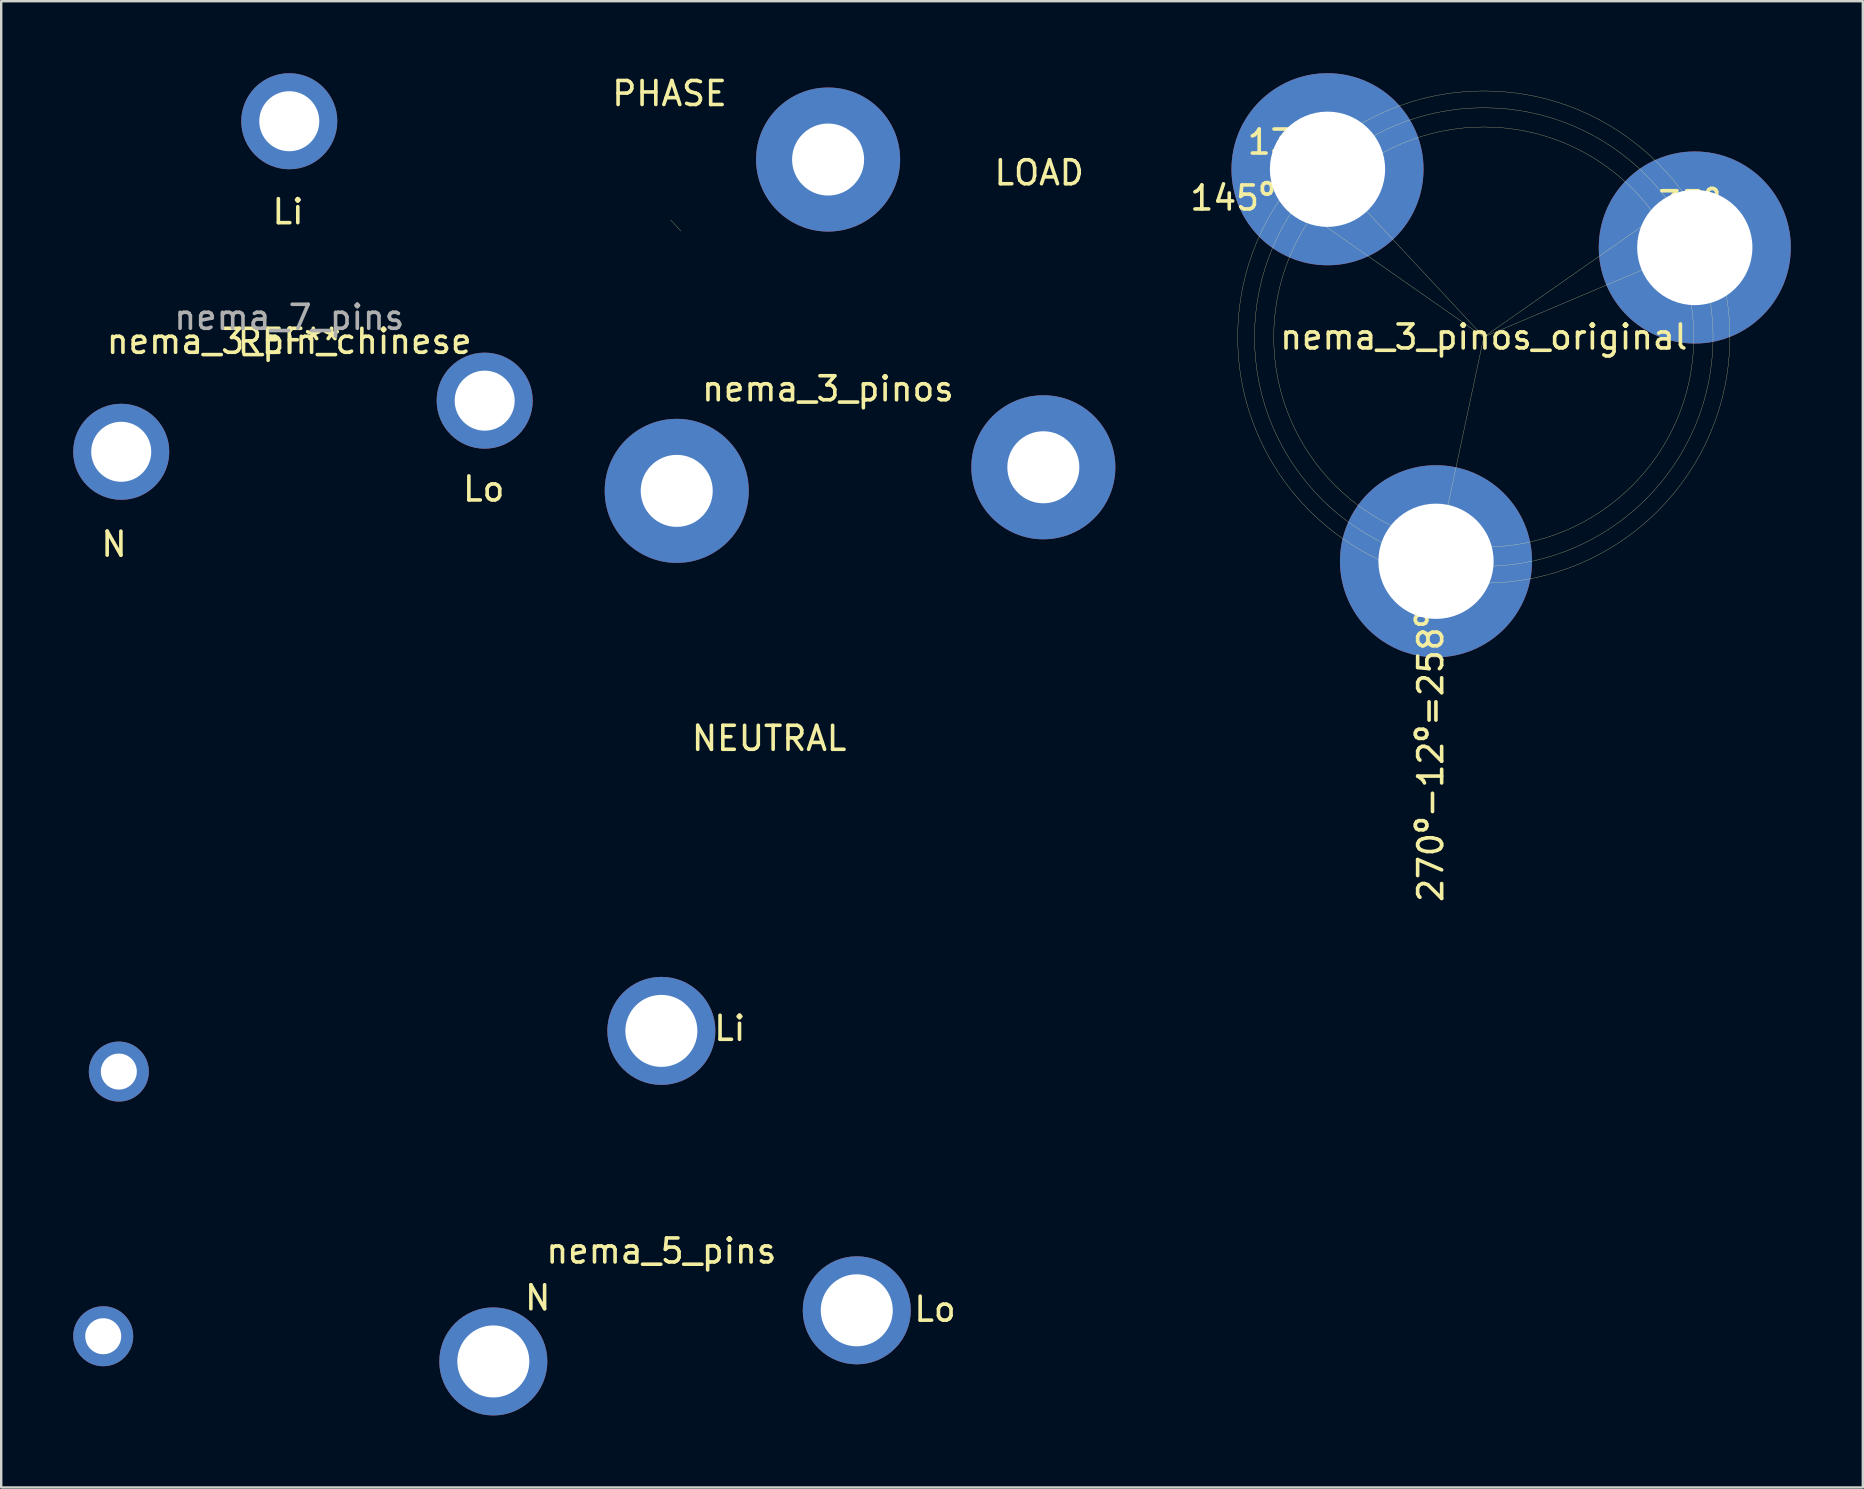
<source format=kicad_pcb>
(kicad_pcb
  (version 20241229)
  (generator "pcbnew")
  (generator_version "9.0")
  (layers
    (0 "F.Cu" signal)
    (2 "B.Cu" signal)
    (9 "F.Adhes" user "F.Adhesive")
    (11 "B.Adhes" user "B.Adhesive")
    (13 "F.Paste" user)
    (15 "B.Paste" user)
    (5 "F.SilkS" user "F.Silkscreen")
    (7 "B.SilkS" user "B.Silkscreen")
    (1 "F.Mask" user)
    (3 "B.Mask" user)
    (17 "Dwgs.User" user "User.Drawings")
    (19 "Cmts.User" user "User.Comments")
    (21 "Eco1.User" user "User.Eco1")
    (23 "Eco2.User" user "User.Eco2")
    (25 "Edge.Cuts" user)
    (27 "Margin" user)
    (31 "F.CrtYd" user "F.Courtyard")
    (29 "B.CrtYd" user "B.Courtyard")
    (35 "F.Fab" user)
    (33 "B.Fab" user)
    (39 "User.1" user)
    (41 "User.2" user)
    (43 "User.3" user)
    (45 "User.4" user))
  (footprint "nema_3_pinos"
    (layer "F.Cu")
    (at 31.44 13.148)
    (property "Reference" "nema_3_pinos" (at 0 0 0) (layer "F.SilkS") (effects (font (size 1 1) (thickness 0.15))))
    (attr through_hole)
    (fp_line (start -6.12 -6.57) (end -6.55 -7.03) (stroke (width 0.01) (type solid)) (layer "F.SilkS"))
    (fp_text user "LOAD" (at 8.8 -9 180) (layer "F.SilkS") (effects (font (size 1 1) (thickness 0.15))))
    (fp_text user "PHASE" (at -6.6 -12.3 180) (layer "F.SilkS") (effects (font (size 1 1) (thickness 0.15))))
    (fp_text user "NEUTRAL" (at -2.45 14.56 180) (layer "F.SilkS") (effects (font (size 1 1) (thickness 0.15))))
    (pad "1" thru_hole circle (at 8.972 3.267 317) (size 6 6) (drill 3) (layers "*.Cu" "*.Mask"))
    (pad "2" thru_hole circle (at -6.3 4.25 317) (size 6 6) (drill 3) (layers "*.Cu" "*.Mask"))
    (pad "3" thru_hole circle (at 0.006 -9.552 317) (size 6 6) (drill 3) (layers "*.Cu" "*.Mask")))
  (footprint "nema_5_pins"
    (layer "F.Cu")
    (at 24.5 48.563)
    (property "Reference" "nema_5_pins" (at 0 0.5 0) (layer "F.SilkS") (effects (font (size 1 1) (thickness 0.15))))
    (attr through_hole)
    (fp_line (start -23.554 4.236) (end -23.362 4.397) (stroke (width 0.2) (type solid)) (layer "Dwgs.User"))
    (fp_line (start -23.554 4.236) (end -23.362 4.397) (stroke (width 0.2) (type solid)) (layer "Dwgs.User"))
    (fp_line (start -23.554 4.236) (end -23.13 3.73) (stroke (width 0.2) (type solid)) (layer "Dwgs.User"))
    (fp_line (start -23.554 4.236) (end -23.13 3.73) (stroke (width 0.2) (type solid)) (layer "Dwgs.User"))
    (fp_line (start -22.938 3.891) (end -23.362 4.397) (stroke (width 0.2) (type solid)) (layer "Dwgs.User"))
    (fp_line (start -22.938 3.891) (end -23.362 4.397) (stroke (width 0.2) (type solid)) (layer "Dwgs.User"))
    (fp_line (start -22.938 3.891) (end -23.13 3.73) (stroke (width 0.2) (type solid)) (layer "Dwgs.User"))
    (fp_line (start -22.938 3.891) (end -23.13 3.73) (stroke (width 0.2) (type solid)) (layer "Dwgs.User"))
    (fp_line (start -22.669 -7.316) (end -22.878 -7.179) (stroke (width 0.2) (type solid)) (layer "Dwgs.User"))
    (fp_line (start -22.669 -7.316) (end -22.878 -7.179) (stroke (width 0.2) (type solid)) (layer "Dwgs.User"))
    (fp_line (start -22.669 -7.316) (end -22.307 -6.763) (stroke (width 0.2) (type solid)) (layer "Dwgs.User"))
    (fp_line (start -22.669 -7.316) (end -22.307 -6.763) (stroke (width 0.2) (type solid)) (layer "Dwgs.User"))
    (fp_line (start -22.517 -6.627) (end -22.878 -7.179) (stroke (width 0.2) (type solid)) (layer "Dwgs.User"))
    (fp_line (start -22.517 -6.627) (end -22.878 -7.179) (stroke (width 0.2) (type solid)) (layer "Dwgs.User"))
    (fp_line (start -22.517 -6.627) (end -22.307 -6.763) (stroke (width 0.2) (type solid)) (layer "Dwgs.User"))
    (fp_line (start -22.517 -6.627) (end -22.307 -6.763) (stroke (width 0.2) (type solid)) (layer "Dwgs.User"))
    (fp_line (start -8.054 4.923) (end -7.172 6.136) (stroke (width 0.2) (type solid)) (layer "Dwgs.User"))
    (fp_line (start -8.054 4.923) (end -7.172 6.136) (stroke (width 0.2) (type solid)) (layer "Dwgs.User"))
    (fp_line (start -8.054 4.923) (end -6.841 4.041) (stroke (width 0.2) (type solid)) (layer "Dwgs.User"))
    (fp_line (start -8.054 4.923) (end -6.841 4.041) (stroke (width 0.2) (type solid)) (layer "Dwgs.User"))
    (fp_line (start -5.959 5.254) (end -7.172 6.136) (stroke (width 0.2) (type solid)) (layer "Dwgs.User"))
    (fp_line (start -5.959 5.254) (end -7.172 6.136) (stroke (width 0.2) (type solid)) (layer "Dwgs.User"))
    (fp_line (start -5.959 5.254) (end -6.841 4.041) (stroke (width 0.2) (type solid)) (layer "Dwgs.User"))
    (fp_line (start -5.959 5.254) (end -6.841 4.041) (stroke (width 0.2) (type solid)) (layer "Dwgs.User"))
    (fp_line (start -0.753 -7.907) (end -0.753 -9.407) (stroke (width 0.2) (type solid)) (layer "Dwgs.User"))
    (fp_line (start -0.753 -7.907) (end -0.753 -9.407) (stroke (width 0.2) (type solid)) (layer "Dwgs.User"))
    (fp_line (start 0.747 -9.407) (end -0.753 -9.407) (stroke (width 0.2) (type solid)) (layer "Dwgs.User"))
    (fp_line (start 0.747 -9.407) (end -0.753 -9.407) (stroke (width 0.2) (type solid)) (layer "Dwgs.User"))
    (fp_line (start 0.747 -9.407) (end 0.747 -7.907) (stroke (width 0.2) (type solid)) (layer "Dwgs.User"))
    (fp_line (start 0.747 -9.407) (end 0.747 -7.907) (stroke (width 0.2) (type solid)) (layer "Dwgs.User"))
    (fp_line (start 0.747 -7.907) (end -0.753 -7.907) (stroke (width 0.2) (type solid)) (layer "Dwgs.User"))
    (fp_line (start 0.747 -7.907) (end -0.753 -7.907) (stroke (width 0.2) (type solid)) (layer "Dwgs.User"))
    (fp_line (start 7.171 3.409) (end 7.684 2) (stroke (width 0.2) (type solid)) (layer "Dwgs.User"))
    (fp_line (start 7.171 3.409) (end 7.684 2) (stroke (width 0.2) (type solid)) (layer "Dwgs.User"))
    (fp_line (start 7.684 2) (end 9.093 2.513) (stroke (width 0.2) (type solid)) (layer "Dwgs.User"))
    (fp_line (start 7.684 2) (end 9.093 2.513) (stroke (width 0.2) (type solid)) (layer "Dwgs.User"))
    (fp_line (start 8.58 3.922) (end 7.171 3.409) (stroke (width 0.2) (type solid)) (layer "Dwgs.User"))
    (fp_line (start 8.58 3.922) (end 7.171 3.409) (stroke (width 0.2) (type solid)) (layer "Dwgs.User"))
    (fp_line (start 8.58 3.922) (end 9.093 2.513) (stroke (width 0.2) (type solid)) (layer "Dwgs.User"))
    (fp_line (start 8.58 3.922) (end 9.093 2.513) (stroke (width 0.2) (type solid)) (layer "Dwgs.User"))
    (fp_text user "Li" (at 2.85 -8.775 0) (layer "F.SilkS") (effects (font (size 1 1) (thickness 0.15))))
    (fp_text user "Lo" (at 11.4 2.925 0) (layer "F.SilkS") (effects (font (size 1 1) (thickness 0.15))))
    (fp_text user "N" (at -5.15 2.45 0) (layer "F.SilkS") (effects (font (size 1 1) (thickness 0.15))))
    (pad "1" thru_hole circle (at 0 -8.67) (size 4.5 4.5) (drill 3) (layers "*.Cu" "*.Mask"))
    (pad "2" thru_hole circle (at -7 5.1) (size 4.5 4.5) (drill 3) (layers "*.Cu" "*.Mask"))
    (pad "3" thru_hole circle (at 8.14 2.97) (size 4.5 4.5) (drill 3) (layers "*.Cu" "*.Mask"))
    (pad "4" thru_hole circle (at -22.6 -6.975) (size 2.5 2.5) (drill 1.5) (layers "*.Cu" "*.Mask"))
    (pad "5" thru_hole circle (at -23.25 4.05) (size 2.5 2.5) (drill 1.5) (layers "*.Cu" "*.Mask")))
  (footprint "nema_3_pinos_original"
    (layer "F.Cu")
    (at 58.759 10.99)
    (property "Reference" "nema_3_pinos_original" (at 0 0 0) (layer "F.SilkS") (effects (font (size 1 1) (thickness 0.15))))
    (attr through_hole)
    (fp_line (start -6.12 -6.57) (end -6.55 -7.03) (stroke (width 0.01) (type solid)) (layer "F.SilkS"))
    (fp_line (start 0 0) (end -7.19 -5.03) (stroke (width 0.01) (type solid)) (layer "F.SilkS"))
    (fp_line (start 0 0) (end -6.25 -6.71) (stroke (width 0.01) (type solid)) (layer "F.SilkS"))
    (fp_line (start 0 0) (end -2.24 10.52) (stroke (width 0.01) (type solid)) (layer "F.SilkS"))
    (fp_line (start 0 0) (end 7.17 -5.02) (stroke (width 0.01) (type solid)) (layer "F.SilkS"))
    (fp_line (start 0 0) (end 8.21 -3.48) (stroke (width 0.01) (type solid)) (layer "F.SilkS"))
    (fp_line (start 7.36 -3.12) (end 8.82 -3.74) (stroke (width 0.01) (type solid)) (layer "F.SilkS"))
    (fp_circle (center 0 0) (end 8.75 0) (stroke (width 0.01) (type solid)) (fill no) (layer "F.SilkS"))
    (fp_circle (center 0 0) (end 9.55 0) (stroke (width 0.01) (type solid)) (fill no) (layer "F.SilkS"))
    (fp_circle (center 0 0) (end 10.25 0) (stroke (width 0.01) (type solid)) (fill no) (layer "F.SilkS"))
    (fp_text user "35º" (at 8.56 -5.55 0) (layer "F.SilkS") (effects (font (size 1 1) (thickness 0.15))))
    (fp_text user "133º" (at -8.07 -8.12 0) (layer "F.SilkS") (effects (font (size 1 1) (thickness 0.15))))
    (fp_text user "270º-12º=258º" (at -2.21 17.48 90) (layer "F.SilkS") (effects (font (size 1 1) (thickness 0.15))))
    (fp_text user "145º" (at -10.46 -5.79 0) (layer "F.SilkS") (effects (font (size 1 1) (thickness 0.15))))
    (fp_text user "23º" (at 9.67 -3.65 0) (layer "F.SilkS") (effects (font (size 1 1) (thickness 0.15))))
    (pad "1" thru_hole circle (at -6.51 -6.99) (size 8 8) (drill 4.8) (layers "*.Cu" "*.Mask"))
    (pad "2" thru_hole circle (at -1.99 9.34) (size 8 8) (drill 4.8) (layers "*.Cu" "*.Mask"))
    (pad "3" thru_hole circle (at 8.79 -3.73) (size 8 8) (drill 4.8) (layers "*.Cu" "*.Mask")))
  (footprint "nema_3_pin_chinese"
    (layer "F.Cu")
    (at 9 10.67)
    (property "Reference" "nema_3_pin_chinese" (at 0 0.5 0) (layer "F.SilkS") (effects (font (size 1 1) (thickness 0.15))))
    (attr through_hole)
    (fp_line (start -8.054 4.923) (end -7.172 6.136) (stroke (width 0.2) (type solid)) (layer "Dwgs.User"))
    (fp_line (start -8.054 4.923) (end -7.172 6.136) (stroke (width 0.2) (type solid)) (layer "Dwgs.User"))
    (fp_line (start -8.054 4.923) (end -6.841 4.041) (stroke (width 0.2) (type solid)) (layer "Dwgs.User"))
    (fp_line (start -8.054 4.923) (end -6.841 4.041) (stroke (width 0.2) (type solid)) (layer "Dwgs.User"))
    (fp_line (start -5.959 5.254) (end -7.172 6.136) (stroke (width 0.2) (type solid)) (layer "Dwgs.User"))
    (fp_line (start -5.959 5.254) (end -7.172 6.136) (stroke (width 0.2) (type solid)) (layer "Dwgs.User"))
    (fp_line (start -5.959 5.254) (end -6.841 4.041) (stroke (width 0.2) (type solid)) (layer "Dwgs.User"))
    (fp_line (start -5.959 5.254) (end -6.841 4.041) (stroke (width 0.2) (type solid)) (layer "Dwgs.User"))
    (fp_line (start -0.753 -7.907) (end -0.753 -9.407) (stroke (width 0.2) (type solid)) (layer "Dwgs.User"))
    (fp_line (start -0.753 -7.907) (end -0.753 -9.407) (stroke (width 0.2) (type solid)) (layer "Dwgs.User"))
    (fp_line (start 0.747 -9.407) (end -0.753 -9.407) (stroke (width 0.2) (type solid)) (layer "Dwgs.User"))
    (fp_line (start 0.747 -9.407) (end -0.753 -9.407) (stroke (width 0.2) (type solid)) (layer "Dwgs.User"))
    (fp_line (start 0.747 -9.407) (end 0.747 -7.907) (stroke (width 0.2) (type solid)) (layer "Dwgs.User"))
    (fp_line (start 0.747 -9.407) (end 0.747 -7.907) (stroke (width 0.2) (type solid)) (layer "Dwgs.User"))
    (fp_line (start 0.747 -7.907) (end -0.753 -7.907) (stroke (width 0.2) (type solid)) (layer "Dwgs.User"))
    (fp_line (start 0.747 -7.907) (end -0.753 -7.907) (stroke (width 0.2) (type solid)) (layer "Dwgs.User"))
    (fp_line (start 7.171 3.409) (end 7.684 2) (stroke (width 0.2) (type solid)) (layer "Dwgs.User"))
    (fp_line (start 7.171 3.409) (end 7.684 2) (stroke (width 0.2) (type solid)) (layer "Dwgs.User"))
    (fp_line (start 7.684 2) (end 9.093 2.513) (stroke (width 0.2) (type solid)) (layer "Dwgs.User"))
    (fp_line (start 7.684 2) (end 9.093 2.513) (stroke (width 0.2) (type solid)) (layer "Dwgs.User"))
    (fp_line (start 8.58 3.922) (end 7.171 3.409) (stroke (width 0.2) (type solid)) (layer "Dwgs.User"))
    (fp_line (start 8.58 3.922) (end 7.171 3.409) (stroke (width 0.2) (type solid)) (layer "Dwgs.User"))
    (fp_line (start 8.58 3.922) (end 9.093 2.513) (stroke (width 0.2) (type solid)) (layer "Dwgs.User"))
    (fp_line (start 8.58 3.922) (end 9.093 2.513) (stroke (width 0.2) (type solid)) (layer "Dwgs.User"))
    (fp_text user "REF**" (at 0 0.5 0) (layer "F.SilkS") (effects (font (size 1 1) (thickness 0.15))))
    (fp_text user "Lo" (at 8.1 6.65 0) (layer "F.SilkS") (effects (font (size 1 1) (thickness 0.15))))
    (fp_text user "N" (at -7.3 8.95 0) (layer "F.SilkS") (effects (font (size 1 1) (thickness 0.15))))
    (fp_text user "Li" (at -0.05 -4.9 0) (layer "F.SilkS") (effects (font (size 1 1) (thickness 0.15))))
    (fp_text user "nema_7_pins" (at 0 -0.5 0) (layer "F.Fab") (effects (font (size 1 1) (thickness 0.15))))
    (pad "1" thru_hole circle (at 0 -8.67) (size 4 4) (drill 2.5) (layers "*.Cu" "*.Mask"))
    (pad "2" thru_hole circle (at -7 5.1) (size 4 4) (drill 2.5) (layers "*.Cu" "*.Mask"))
    (pad "3" thru_hole circle (at 8.14 2.97) (size 4 4) (drill 2.5) (layers "*.Cu" "*.Mask")))
  (gr_rect
    (start -3 -3)
    (end 74.549 58.913)
    (stroke (width 0.1) (type default))
    (fill no)
    (layer "Edge.Cuts")))
</source>
